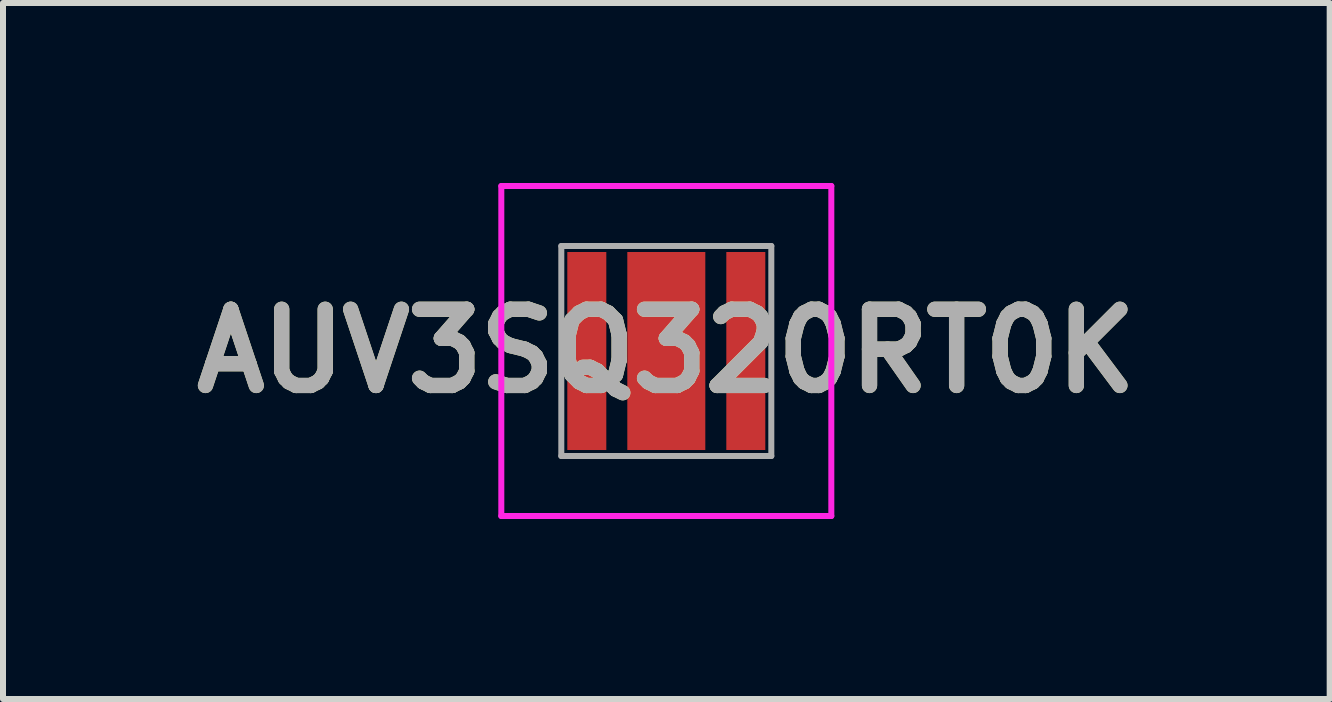
<source format=kicad_pcb>
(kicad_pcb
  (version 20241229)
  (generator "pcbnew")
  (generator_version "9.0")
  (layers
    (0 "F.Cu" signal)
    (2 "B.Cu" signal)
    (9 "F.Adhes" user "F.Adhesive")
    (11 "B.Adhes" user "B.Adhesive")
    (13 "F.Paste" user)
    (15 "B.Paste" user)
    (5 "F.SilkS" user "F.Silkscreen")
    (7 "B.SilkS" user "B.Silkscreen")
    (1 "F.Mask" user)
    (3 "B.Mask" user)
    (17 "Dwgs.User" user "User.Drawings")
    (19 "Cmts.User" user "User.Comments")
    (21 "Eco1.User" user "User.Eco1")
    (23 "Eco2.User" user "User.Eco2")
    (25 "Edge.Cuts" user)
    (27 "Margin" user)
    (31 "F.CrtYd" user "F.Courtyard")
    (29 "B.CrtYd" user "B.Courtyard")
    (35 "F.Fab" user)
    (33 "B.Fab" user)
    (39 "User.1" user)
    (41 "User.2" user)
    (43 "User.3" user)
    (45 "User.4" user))
  (footprint "AUV3SQ320RT0K"
    (layer "F.Cu")
    (at 8.055 2.8)
    (property "Reference" "AUV3SQ320RT0K" (at 0 0 0) (layer "F.SilkS") (effects (font (size 1.27 1.27) (thickness 0.254))))
    (attr smd)
    (fp_line (start -2.3 0) (end -2.3 0) (stroke (width 0.1) (type solid)) (layer "F.SilkS"))
    (fp_line (start -2.2 0) (end -2.2 0) (stroke (width 0.1) (type solid)) (layer "F.SilkS"))
    (fp_arc (start -2.3 0) (mid -2.25 -0.05) (end -2.2 0) (stroke (width 0.1) (type solid)) (layer "F.SilkS"))
    (fp_arc (start -2.2 0) (mid -2.25 0.05) (end -2.3 0) (stroke (width 0.1) (type solid)) (layer "F.SilkS"))
    (fp_line (start -2.75 -2.75) (end 2.75 -2.75) (stroke (width 0.1) (type solid)) (layer "F.CrtYd"))
    (fp_line (start -2.75 2.75) (end -2.75 -2.75) (stroke (width 0.1) (type solid)) (layer "F.CrtYd"))
    (fp_line (start 2.75 -2.75) (end 2.75 2.75) (stroke (width 0.1) (type solid)) (layer "F.CrtYd"))
    (fp_line (start 2.75 2.75) (end -2.75 2.75) (stroke (width 0.1) (type solid)) (layer "F.CrtYd"))
    (fp_line (start -1.75 -1.75) (end -1.75 1.75) (stroke (width 0.1) (type solid)) (layer "F.Fab"))
    (fp_line (start -1.75 1.75) (end 1.75 1.75) (stroke (width 0.1) (type solid)) (layer "F.Fab"))
    (fp_line (start 1.75 -1.75) (end -1.75 -1.75) (stroke (width 0.1) (type solid)) (layer "F.Fab"))
    (fp_line (start 1.75 1.75) (end 1.75 -1.75) (stroke (width 0.1) (type solid)) (layer "F.Fab"))
    (fp_text user "${REFERENCE}" (at 0 0 0) (layer "F.Fab") (effects (font (size 1.27 1.27) (thickness 0.254))))
    (pad "1" smd rect (at -1.325 0) (size 0.65 3.3) (layers "F.Cu" "F.Mask" "F.Paste"))
    (pad "2" smd rect (at 1.325 0) (size 0.65 3.3) (layers "F.Cu" "F.Mask" "F.Paste"))
    (pad "3" smd rect (at 0 0) (size 1.3 3.3) (layers "F.Cu" "F.Mask" "F.Paste")))
  (gr_rect
    (start -3 -3)
    (end 19.111 8.6)
    (stroke (width 0.1) (type default))
    (fill no)
    (layer "Edge.Cuts")))
</source>
